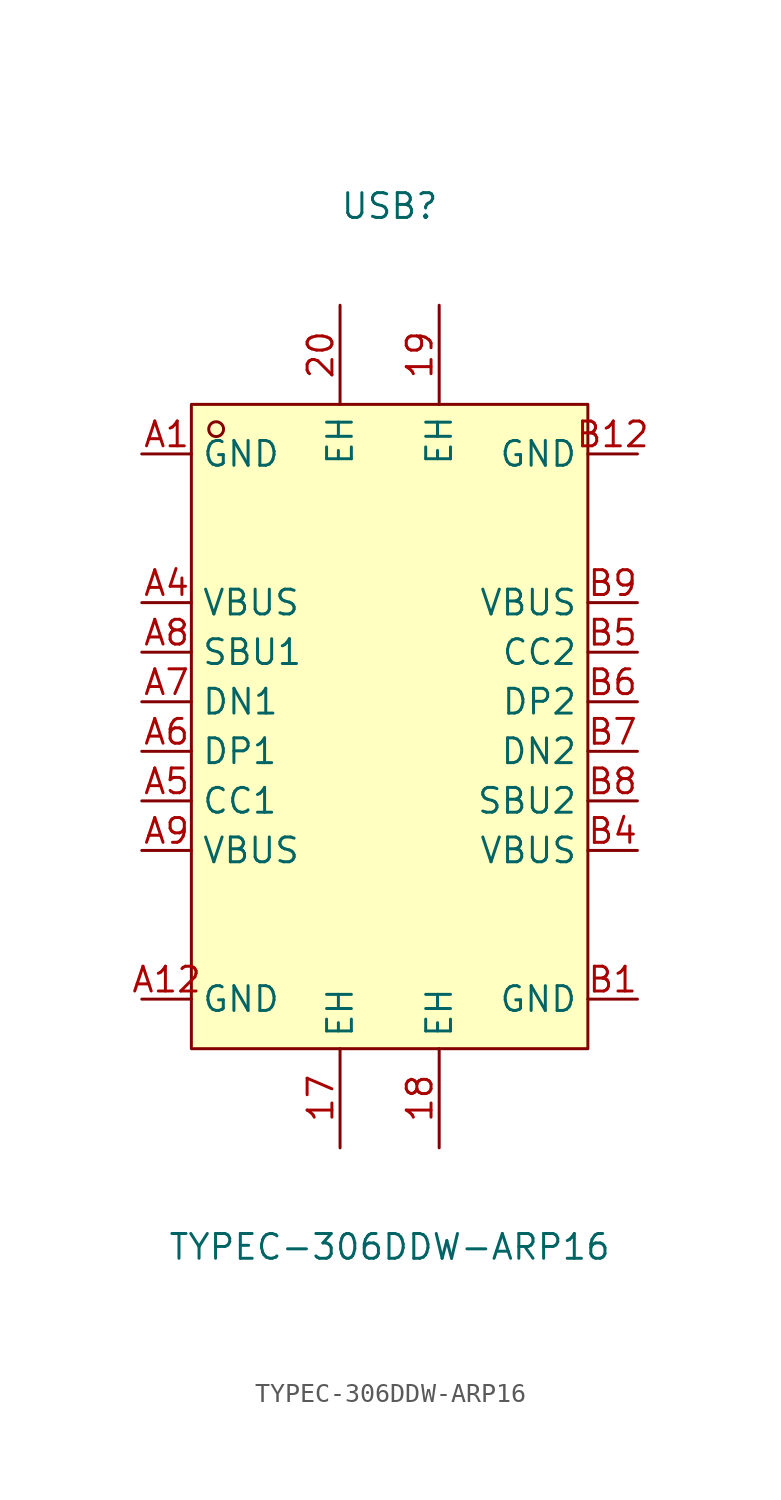
<source format=kicad_sym>
(kicad_symbol_lib
  (version 20241209)
  (generator "kicad_symbol_editor")
  (generator_version "9.0")
  (symbol "TYPEC-306DDW-ARP16"
    (property "Reference" "USB"
      (at 0 25.4 0)
      (effects (font (size 1.27 1.27))))
    (property "Value" "TYPEC-306DDW-ARP16"
      (at 0 -27.94 0)
      (effects (font (size 1.27 1.27))))
    (symbol "TYPEC-306DDW-ARP16_0_1"
      (rectangle (start -10.16 15.24) (end 10.16 -17.78) (stroke (width 0) (type default)) (fill (type background)))
      (circle (center -8.89 13.97) (radius 0.38) (stroke (width 0) (type default)) (fill (type none)))
      (pin unspecified line (at -2.54 20.32 270) (length 5.08) (name "EH" (effects (font (size 1.27 1.27)))) (number "20" (effects (font (size 1.27 1.27)))))
      (pin unspecified line (at -2.54 -22.86 90) (length 5.08) (name "EH" (effects (font (size 1.27 1.27)))) (number "17" (effects (font (size 1.27 1.27)))))
      (pin unspecified line (at 2.54 20.32 270) (length 5.08) (name "EH" (effects (font (size 1.27 1.27)))) (number "19" (effects (font (size 1.27 1.27)))))
      (pin unspecified line (at 2.54 -22.86 90) (length 5.08) (name "EH" (effects (font (size 1.27 1.27)))) (number "18" (effects (font (size 1.27 1.27))))))
    (symbol "TYPEC-306DDW-ARP16_1_1"
      (pin unspecified line (at -12.7 12.7 0) (length 2.54) (name "GND" (effects (font (size 1.27 1.27)))) (number "A1" (effects (font (size 1.27 1.27)))))
      (pin unspecified line (at -12.7 5.08 0) (length 2.54) (name "VBUS" (effects (font (size 1.27 1.27)))) (number "A4" (effects (font (size 1.27 1.27)))))
      (pin unspecified line (at -12.7 2.54 0) (length 2.54) (name "SBU1" (effects (font (size 1.27 1.27)))) (number "A8" (effects (font (size 1.27 1.27)))))
      (pin unspecified line (at -12.7 0 0) (length 2.54) (name "DN1" (effects (font (size 1.27 1.27)))) (number "A7" (effects (font (size 1.27 1.27)))))
      (pin unspecified line (at -12.7 -2.54 0) (length 2.54) (name "DP1" (effects (font (size 1.27 1.27)))) (number "A6" (effects (font (size 1.27 1.27)))))
      (pin unspecified line (at -12.7 -5.08 0) (length 2.54) (name "CC1" (effects (font (size 1.27 1.27)))) (number "A5" (effects (font (size 1.27 1.27)))))
      (pin unspecified line (at -12.7 -7.62 0) (length 2.54) (name "VBUS" (effects (font (size 1.27 1.27)))) (number "A9" (effects (font (size 1.27 1.27)))))
      (pin unspecified line (at -12.7 -15.24 0) (length 2.54) (name "GND" (effects (font (size 1.27 1.27)))) (number "A12" (effects (font (size 1.27 1.27)))))
      (pin unspecified line (at 12.7 12.7 180) (length 2.54) (name "GND" (effects (font (size 1.27 1.27)))) (number "B12" (effects (font (size 1.27 1.27)))))
      (pin unspecified line (at 12.7 5.08 180) (length 2.54) (name "VBUS" (effects (font (size 1.27 1.27)))) (number "B9" (effects (font (size 1.27 1.27)))))
      (pin unspecified line (at 12.7 2.54 180) (length 2.54) (name "CC2" (effects (font (size 1.27 1.27)))) (number "B5" (effects (font (size 1.27 1.27)))))
      (pin unspecified line (at 12.7 0 180) (length 2.54) (name "DP2" (effects (font (size 1.27 1.27)))) (number "B6" (effects (font (size 1.27 1.27)))))
      (pin unspecified line (at 12.7 -2.54 180) (length 2.54) (name "DN2" (effects (font (size 1.27 1.27)))) (number "B7" (effects (font (size 1.27 1.27)))))
      (pin unspecified line (at 12.7 -5.08 180) (length 2.54) (name "SBU2" (effects (font (size 1.27 1.27)))) (number "B8" (effects (font (size 1.27 1.27)))))
      (pin unspecified line (at 12.7 -7.62 180) (length 2.54) (name "VBUS" (effects (font (size 1.27 1.27)))) (number "B4" (effects (font (size 1.27 1.27)))))
      (pin unspecified line (at 12.7 -15.24 180) (length 2.54) (name "GND" (effects (font (size 1.27 1.27)))) (number "B1" (effects (font (size 1.27 1.27))))))))
</source>
